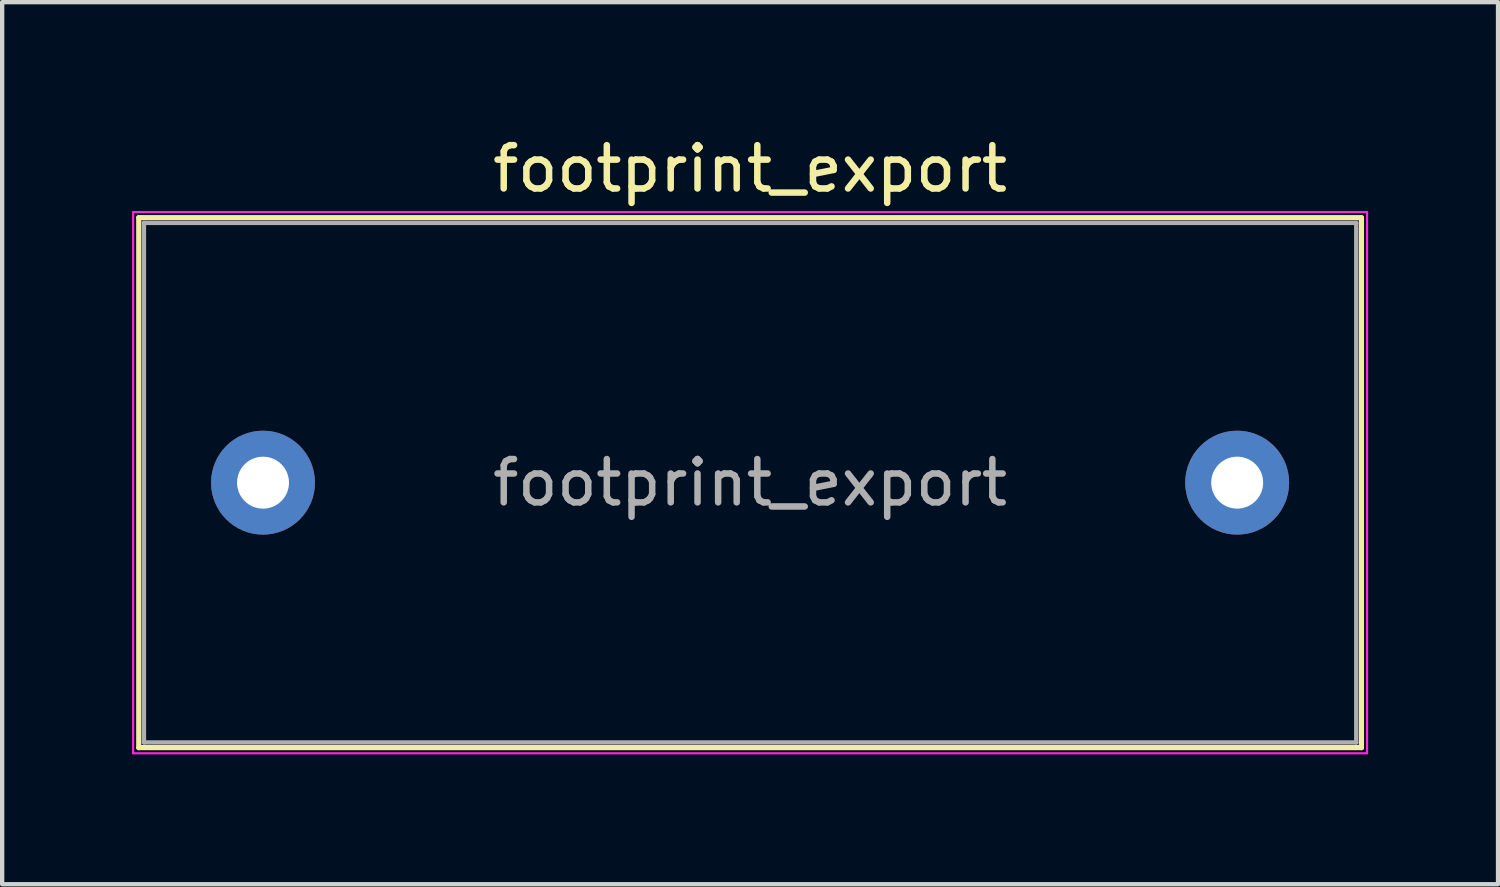
<source format=kicad_pcb>
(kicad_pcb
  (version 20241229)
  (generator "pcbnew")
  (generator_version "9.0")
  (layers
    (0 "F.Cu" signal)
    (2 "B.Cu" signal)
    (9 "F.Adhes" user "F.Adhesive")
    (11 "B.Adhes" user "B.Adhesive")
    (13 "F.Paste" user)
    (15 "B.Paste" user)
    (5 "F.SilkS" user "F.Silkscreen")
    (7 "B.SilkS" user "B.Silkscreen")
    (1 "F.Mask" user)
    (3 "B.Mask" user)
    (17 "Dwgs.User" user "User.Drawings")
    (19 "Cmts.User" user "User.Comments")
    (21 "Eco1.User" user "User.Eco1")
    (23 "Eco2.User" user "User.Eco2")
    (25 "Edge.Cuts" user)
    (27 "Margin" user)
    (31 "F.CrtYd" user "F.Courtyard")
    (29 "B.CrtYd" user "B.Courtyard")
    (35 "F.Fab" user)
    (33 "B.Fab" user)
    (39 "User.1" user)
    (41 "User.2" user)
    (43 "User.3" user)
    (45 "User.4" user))
  (footprint "footprint_export"
    (layer "F.Cu")
    (at 3.025 8.098)
    (property "Reference" "footprint_export" (at 11.25 -7.25 0) (layer "F.SilkS") (effects (font (size 1 1) (thickness 0.15))))
    (attr through_hole)
    (fp_line (start -2.87 -6.12) (end -2.87 6.12) (stroke (width 0.12) (type solid)) (layer "F.SilkS"))
    (fp_line (start -2.87 -6.12) (end 25.37 -6.12) (stroke (width 0.12) (type solid)) (layer "F.SilkS"))
    (fp_line (start -2.87 6.12) (end 25.37 6.12) (stroke (width 0.12) (type solid)) (layer "F.SilkS"))
    (fp_line (start 25.37 -6.12) (end 25.37 6.12) (stroke (width 0.12) (type solid)) (layer "F.SilkS"))
    (fp_line (start -3 -6.25) (end -3 6.25) (stroke (width 0.05) (type solid)) (layer "F.CrtYd"))
    (fp_line (start -3 6.25) (end 25.5 6.25) (stroke (width 0.05) (type solid)) (layer "F.CrtYd"))
    (fp_line (start 25.5 -6.25) (end -3 -6.25) (stroke (width 0.05) (type solid)) (layer "F.CrtYd"))
    (fp_line (start 25.5 6.25) (end 25.5 -6.25) (stroke (width 0.05) (type solid)) (layer "F.CrtYd"))
    (fp_line (start -2.75 -6) (end -2.75 6) (stroke (width 0.1) (type solid)) (layer "F.Fab"))
    (fp_line (start -2.75 6) (end 25.25 6) (stroke (width 0.1) (type solid)) (layer "F.Fab"))
    (fp_line (start 25.25 -6) (end -2.75 -6) (stroke (width 0.1) (type solid)) (layer "F.Fab"))
    (fp_line (start 25.25 6) (end 25.25 -6) (stroke (width 0.1) (type solid)) (layer "F.Fab"))
    (fp_text user "${REFERENCE}" (at 11.25 0 0) (layer "F.Fab") (effects (font (size 1 1) (thickness 0.15))))
    (pad "1" thru_hole circle (at 0 0) (size 2.4 2.4) (drill 1.2) (layers "*.Cu" "*.Mask"))
    (pad "2" thru_hole circle (at 22.5 0) (size 2.4 2.4) (drill 1.2) (layers "*.Cu" "*.Mask")))
  (gr_rect
    (start -3 -3)
    (end 31.55 17.373)
    (stroke (width 0.1) (type default))
    (fill no)
    (layer "Edge.Cuts")))
</source>
